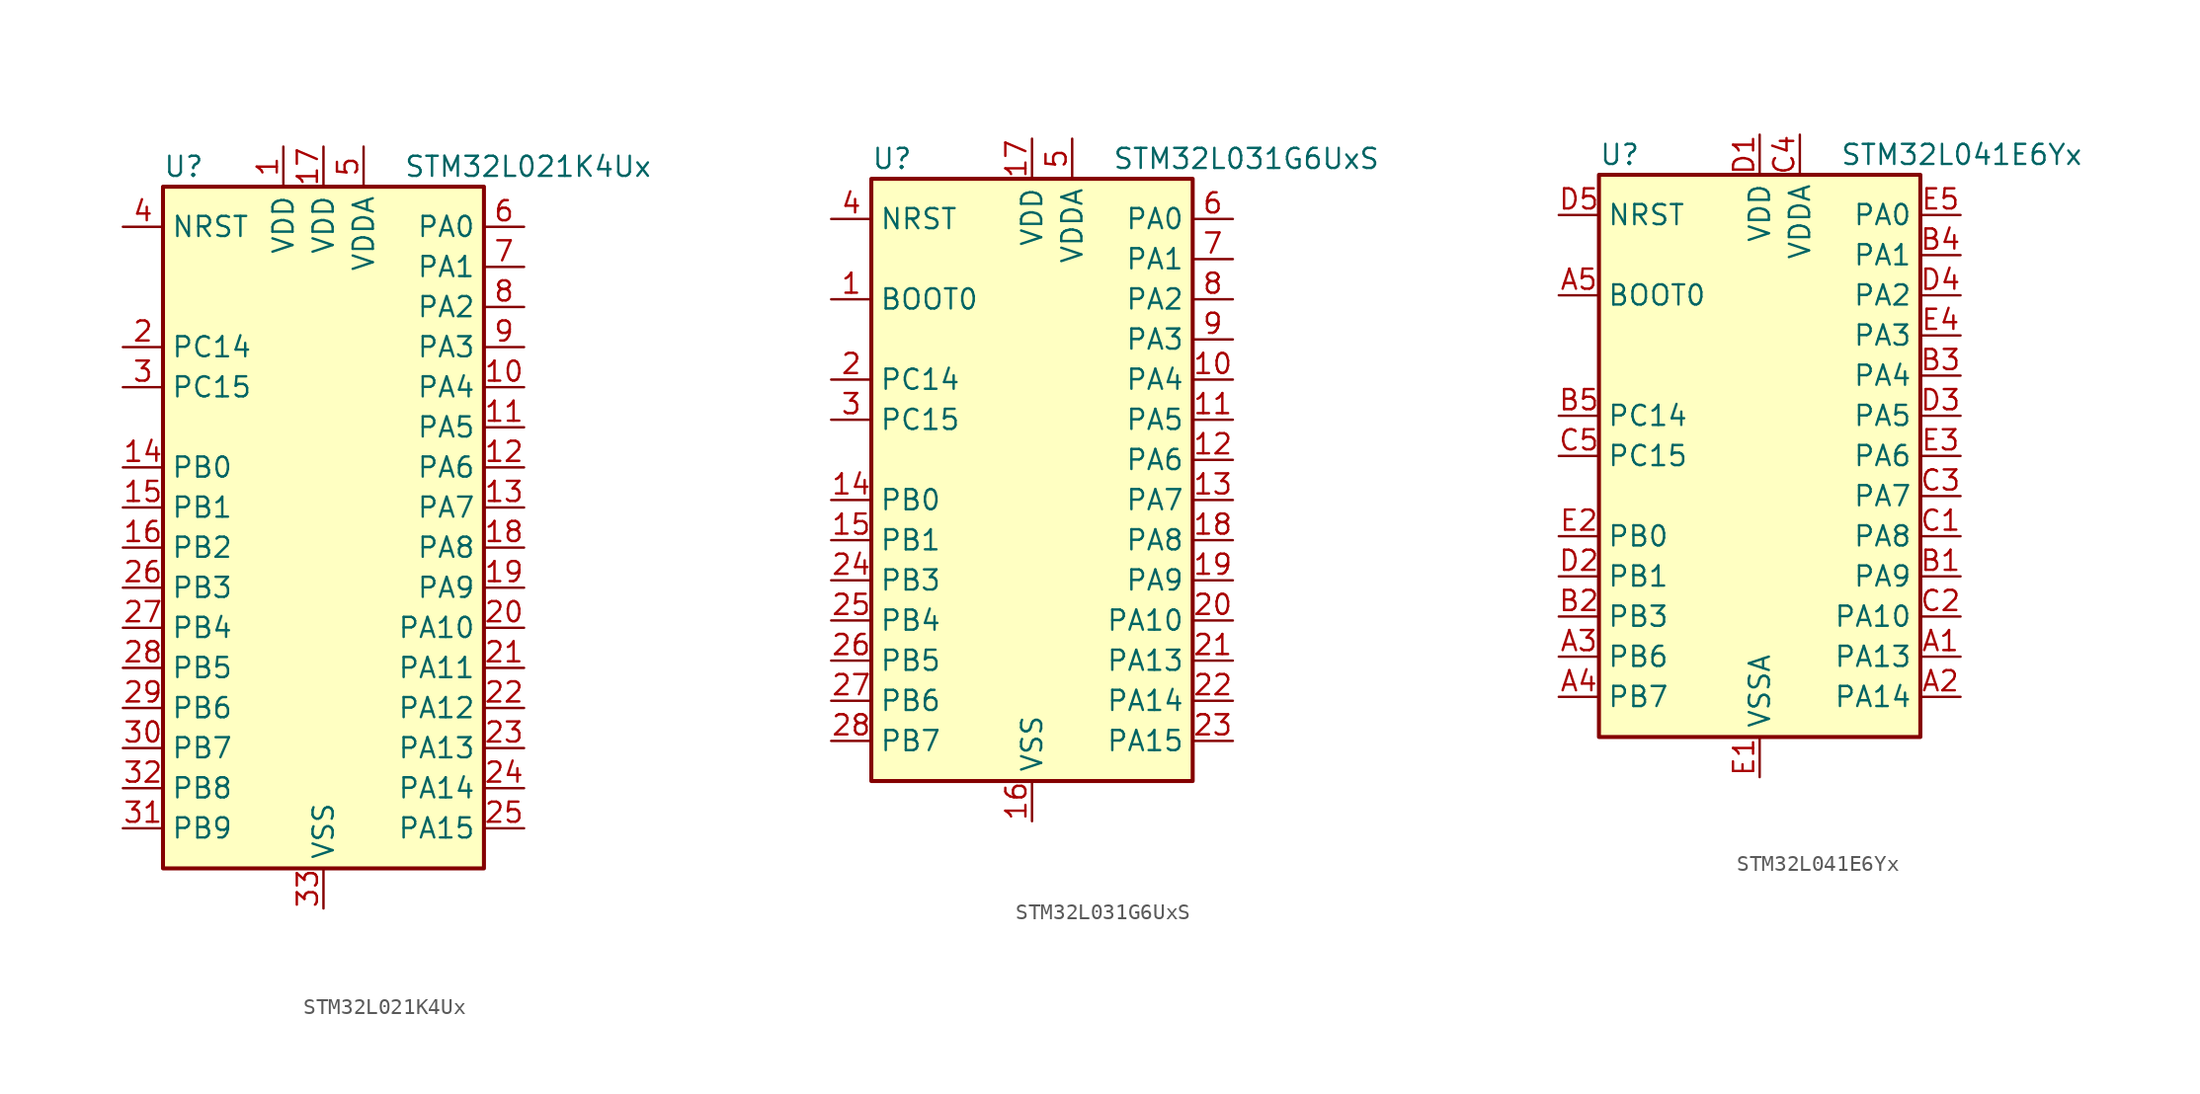
<source format=kicad_sym>
(kicad_symbol_lib
  (version 20211014)
  (generator kicad_symbol_editor)
  (symbol "STM32L021K4Ux"
    (property "Reference" "U"
      (at -10.16 21.59 0)
      (effects (font (size 1.27 1.27)) (justify left)))
    (property "Value" "STM32L021K4Ux"
      (at 5.08 21.59 0)
      (effects (font (size 1.27 1.27)) (justify left)))
    (symbol "STM32L021K4Ux_0_1"
      (rectangle (start -10.16 -22.86) (end 10.16 20.32) (stroke (width 0.254) (type default) (color 0 0 0 0)) (fill (type background))))
    (symbol "STM32L021K4Ux_1_1"
      (pin power_in line (at -2.54 22.86 270) (length 2.54) (name "VDD" (effects (font (size 1.27 1.27)))) (number "1" (effects (font (size 1.27 1.27)))))
      (pin bidirectional line (at 12.7 7.62 180) (length 2.54) (name "PA4" (effects (font (size 1.27 1.27)))) (number "10" (effects (font (size 1.27 1.27)))))
      (pin bidirectional line (at 12.7 5.08 180) (length 2.54) (name "PA5" (effects (font (size 1.27 1.27)))) (number "11" (effects (font (size 1.27 1.27)))))
      (pin bidirectional line (at 12.7 2.54 180) (length 2.54) (name "PA6" (effects (font (size 1.27 1.27)))) (number "12" (effects (font (size 1.27 1.27)))))
      (pin bidirectional line (at 12.7 0 180) (length 2.54) (name "PA7" (effects (font (size 1.27 1.27)))) (number "13" (effects (font (size 1.27 1.27)))))
      (pin bidirectional line (at -12.7 2.54 0) (length 2.54) (name "PB0" (effects (font (size 1.27 1.27)))) (number "14" (effects (font (size 1.27 1.27)))))
      (pin bidirectional line (at -12.7 0 0) (length 2.54) (name "PB1" (effects (font (size 1.27 1.27)))) (number "15" (effects (font (size 1.27 1.27)))))
      (pin bidirectional line (at -12.7 -2.54 0) (length 2.54) (name "PB2" (effects (font (size 1.27 1.27)))) (number "16" (effects (font (size 1.27 1.27)))))
      (pin power_in line (at 0 22.86 270) (length 2.54) (name "VDD" (effects (font (size 1.27 1.27)))) (number "17" (effects (font (size 1.27 1.27)))))
      (pin bidirectional line (at 12.7 -2.54 180) (length 2.54) (name "PA8" (effects (font (size 1.27 1.27)))) (number "18" (effects (font (size 1.27 1.27)))))
      (pin bidirectional line (at 12.7 -5.08 180) (length 2.54) (name "PA9" (effects (font (size 1.27 1.27)))) (number "19" (effects (font (size 1.27 1.27)))))
      (pin bidirectional line (at -12.7 10.16 0) (length 2.54) (name "PC14" (effects (font (size 1.27 1.27)))) (number "2" (effects (font (size 1.27 1.27)))))
      (pin bidirectional line (at 12.7 -7.62 180) (length 2.54) (name "PA10" (effects (font (size 1.27 1.27)))) (number "20" (effects (font (size 1.27 1.27)))))
      (pin bidirectional line (at 12.7 -10.16 180) (length 2.54) (name "PA11" (effects (font (size 1.27 1.27)))) (number "21" (effects (font (size 1.27 1.27)))))
      (pin bidirectional line (at 12.7 -12.7 180) (length 2.54) (name "PA12" (effects (font (size 1.27 1.27)))) (number "22" (effects (font (size 1.27 1.27)))))
      (pin bidirectional line (at 12.7 -15.24 180) (length 2.54) (name "PA13" (effects (font (size 1.27 1.27)))) (number "23" (effects (font (size 1.27 1.27)))))
      (pin bidirectional line (at 12.7 -17.78 180) (length 2.54) (name "PA14" (effects (font (size 1.27 1.27)))) (number "24" (effects (font (size 1.27 1.27)))))
      (pin bidirectional line (at 12.7 -20.32 180) (length 2.54) (name "PA15" (effects (font (size 1.27 1.27)))) (number "25" (effects (font (size 1.27 1.27)))))
      (pin bidirectional line (at -12.7 -5.08 0) (length 2.54) (name "PB3" (effects (font (size 1.27 1.27)))) (number "26" (effects (font (size 1.27 1.27)))))
      (pin bidirectional line (at -12.7 -7.62 0) (length 2.54) (name "PB4" (effects (font (size 1.27 1.27)))) (number "27" (effects (font (size 1.27 1.27)))))
      (pin bidirectional line (at -12.7 -10.16 0) (length 2.54) (name "PB5" (effects (font (size 1.27 1.27)))) (number "28" (effects (font (size 1.27 1.27)))))
      (pin bidirectional line (at -12.7 -12.7 0) (length 2.54) (name "PB6" (effects (font (size 1.27 1.27)))) (number "29" (effects (font (size 1.27 1.27)))))
      (pin bidirectional line (at -12.7 7.62 0) (length 2.54) (name "PC15" (effects (font (size 1.27 1.27)))) (number "3" (effects (font (size 1.27 1.27)))))
      (pin bidirectional line (at -12.7 -15.24 0) (length 2.54) (name "PB7" (effects (font (size 1.27 1.27)))) (number "30" (effects (font (size 1.27 1.27)))))
      (pin bidirectional line (at -12.7 -20.32 0) (length 2.54) (name "PB9" (effects (font (size 1.27 1.27)))) (number "31" (effects (font (size 1.27 1.27)))))
      (pin bidirectional line (at -12.7 -17.78 0) (length 2.54) (name "PB8" (effects (font (size 1.27 1.27)))) (number "32" (effects (font (size 1.27 1.27)))))
      (pin power_in line (at 0 -25.4 90) (length 2.54) (name "VSS" (effects (font (size 1.27 1.27)))) (number "33" (effects (font (size 1.27 1.27)))))
      (pin input line (at -12.7 17.78 0) (length 2.54) (name "NRST" (effects (font (size 1.27 1.27)))) (number "4" (effects (font (size 1.27 1.27)))))
      (pin power_in line (at 2.54 22.86 270) (length 2.54) (name "VDDA" (effects (font (size 1.27 1.27)))) (number "5" (effects (font (size 1.27 1.27)))))
      (pin bidirectional line (at 12.7 17.78 180) (length 2.54) (name "PA0" (effects (font (size 1.27 1.27)))) (number "6" (effects (font (size 1.27 1.27)))))
      (pin bidirectional line (at 12.7 15.24 180) (length 2.54) (name "PA1" (effects (font (size 1.27 1.27)))) (number "7" (effects (font (size 1.27 1.27)))))
      (pin bidirectional line (at 12.7 12.7 180) (length 2.54) (name "PA2" (effects (font (size 1.27 1.27)))) (number "8" (effects (font (size 1.27 1.27)))))
      (pin bidirectional line (at 12.7 10.16 180) (length 2.54) (name "PA3" (effects (font (size 1.27 1.27)))) (number "9" (effects (font (size 1.27 1.27)))))))
  (symbol "STM32L031G6UxS"
    (property "Reference" "U"
      (at -10.16 19.05 0)
      (effects (font (size 1.27 1.27)) (justify left)))
    (property "Value" "STM32L031G6UxS"
      (at 5.08 19.05 0)
      (effects (font (size 1.27 1.27)) (justify left)))
    (symbol "STM32L031G6UxS_0_1"
      (rectangle (start -10.16 -20.32) (end 10.16 17.78) (stroke (width 0.254) (type default) (color 0 0 0 0)) (fill (type background))))
    (symbol "STM32L031G6UxS_1_1"
      (pin input line (at -12.7 10.16 0) (length 2.54) (name "BOOT0" (effects (font (size 1.27 1.27)))) (number "1" (effects (font (size 1.27 1.27)))))
      (pin bidirectional line (at 12.7 5.08 180) (length 2.54) (name "PA4" (effects (font (size 1.27 1.27)))) (number "10" (effects (font (size 1.27 1.27)))))
      (pin bidirectional line (at 12.7 2.54 180) (length 2.54) (name "PA5" (effects (font (size 1.27 1.27)))) (number "11" (effects (font (size 1.27 1.27)))))
      (pin bidirectional line (at 12.7 0 180) (length 2.54) (name "PA6" (effects (font (size 1.27 1.27)))) (number "12" (effects (font (size 1.27 1.27)))))
      (pin bidirectional line (at 12.7 -2.54 180) (length 2.54) (name "PA7" (effects (font (size 1.27 1.27)))) (number "13" (effects (font (size 1.27 1.27)))))
      (pin bidirectional line (at -12.7 -2.54 0) (length 2.54) (name "PB0" (effects (font (size 1.27 1.27)))) (number "14" (effects (font (size 1.27 1.27)))))
      (pin bidirectional line (at -12.7 -5.08 0) (length 2.54) (name "PB1" (effects (font (size 1.27 1.27)))) (number "15" (effects (font (size 1.27 1.27)))))
      (pin power_in line (at 0 -22.86 90) (length 2.54) (name "VSS" (effects (font (size 1.27 1.27)))) (number "16" (effects (font (size 1.27 1.27)))))
      (pin power_in line (at 0 20.32 270) (length 2.54) (name "VDD" (effects (font (size 1.27 1.27)))) (number "17" (effects (font (size 1.27 1.27)))))
      (pin bidirectional line (at 12.7 -5.08 180) (length 2.54) (name "PA8" (effects (font (size 1.27 1.27)))) (number "18" (effects (font (size 1.27 1.27)))))
      (pin bidirectional line (at 12.7 -7.62 180) (length 2.54) (name "PA9" (effects (font (size 1.27 1.27)))) (number "19" (effects (font (size 1.27 1.27)))))
      (pin bidirectional line (at -12.7 5.08 0) (length 2.54) (name "PC14" (effects (font (size 1.27 1.27)))) (number "2" (effects (font (size 1.27 1.27)))))
      (pin bidirectional line (at 12.7 -10.16 180) (length 2.54) (name "PA10" (effects (font (size 1.27 1.27)))) (number "20" (effects (font (size 1.27 1.27)))))
      (pin bidirectional line (at 12.7 -12.7 180) (length 2.54) (name "PA13" (effects (font (size 1.27 1.27)))) (number "21" (effects (font (size 1.27 1.27)))))
      (pin bidirectional line (at 12.7 -15.24 180) (length 2.54) (name "PA14" (effects (font (size 1.27 1.27)))) (number "22" (effects (font (size 1.27 1.27)))))
      (pin bidirectional line (at 12.7 -17.78 180) (length 2.54) (name "PA15" (effects (font (size 1.27 1.27)))) (number "23" (effects (font (size 1.27 1.27)))))
      (pin bidirectional line (at -12.7 -7.62 0) (length 2.54) (name "PB3" (effects (font (size 1.27 1.27)))) (number "24" (effects (font (size 1.27 1.27)))))
      (pin bidirectional line (at -12.7 -10.16 0) (length 2.54) (name "PB4" (effects (font (size 1.27 1.27)))) (number "25" (effects (font (size 1.27 1.27)))))
      (pin bidirectional line (at -12.7 -12.7 0) (length 2.54) (name "PB5" (effects (font (size 1.27 1.27)))) (number "26" (effects (font (size 1.27 1.27)))))
      (pin bidirectional line (at -12.7 -15.24 0) (length 2.54) (name "PB6" (effects (font (size 1.27 1.27)))) (number "27" (effects (font (size 1.27 1.27)))))
      (pin bidirectional line (at -12.7 -17.78 0) (length 2.54) (name "PB7" (effects (font (size 1.27 1.27)))) (number "28" (effects (font (size 1.27 1.27)))))
      (pin bidirectional line (at -12.7 2.54 0) (length 2.54) (name "PC15" (effects (font (size 1.27 1.27)))) (number "3" (effects (font (size 1.27 1.27)))))
      (pin input line (at -12.7 15.24 0) (length 2.54) (name "NRST" (effects (font (size 1.27 1.27)))) (number "4" (effects (font (size 1.27 1.27)))))
      (pin power_in line (at 2.54 20.32 270) (length 2.54) (name "VDDA" (effects (font (size 1.27 1.27)))) (number "5" (effects (font (size 1.27 1.27)))))
      (pin bidirectional line (at 12.7 15.24 180) (length 2.54) (name "PA0" (effects (font (size 1.27 1.27)))) (number "6" (effects (font (size 1.27 1.27)))))
      (pin bidirectional line (at 12.7 12.7 180) (length 2.54) (name "PA1" (effects (font (size 1.27 1.27)))) (number "7" (effects (font (size 1.27 1.27)))))
      (pin bidirectional line (at 12.7 10.16 180) (length 2.54) (name "PA2" (effects (font (size 1.27 1.27)))) (number "8" (effects (font (size 1.27 1.27)))))
      (pin bidirectional line (at 12.7 7.62 180) (length 2.54) (name "PA3" (effects (font (size 1.27 1.27)))) (number "9" (effects (font (size 1.27 1.27)))))))
  (symbol "STM32L041E6Yx"
    (property "Reference" "U"
      (at -10.16 19.05 0)
      (effects (font (size 1.27 1.27)) (justify left)))
    (property "Value" "STM32L041E6Yx"
      (at 5.08 19.05 0)
      (effects (font (size 1.27 1.27)) (justify left)))
    (symbol "STM32L041E6Yx_0_1"
      (rectangle (start -10.16 -17.78) (end 10.16 17.78) (stroke (width 0.254) (type default) (color 0 0 0 0)) (fill (type background))))
    (symbol "STM32L041E6Yx_1_1"
      (pin bidirectional line (at 12.7 -12.7 180) (length 2.54) (name "PA13" (effects (font (size 1.27 1.27)))) (number "A1" (effects (font (size 1.27 1.27)))))
      (pin bidirectional line (at 12.7 -15.24 180) (length 2.54) (name "PA14" (effects (font (size 1.27 1.27)))) (number "A2" (effects (font (size 1.27 1.27)))))
      (pin bidirectional line (at -12.7 -12.7 0) (length 2.54) (name "PB6" (effects (font (size 1.27 1.27)))) (number "A3" (effects (font (size 1.27 1.27)))))
      (pin bidirectional line (at -12.7 -15.24 0) (length 2.54) (name "PB7" (effects (font (size 1.27 1.27)))) (number "A4" (effects (font (size 1.27 1.27)))))
      (pin input line (at -12.7 10.16 0) (length 2.54) (name "BOOT0" (effects (font (size 1.27 1.27)))) (number "A5" (effects (font (size 1.27 1.27)))))
      (pin bidirectional line (at 12.7 -7.62 180) (length 2.54) (name "PA9" (effects (font (size 1.27 1.27)))) (number "B1" (effects (font (size 1.27 1.27)))))
      (pin bidirectional line (at -12.7 -10.16 0) (length 2.54) (name "PB3" (effects (font (size 1.27 1.27)))) (number "B2" (effects (font (size 1.27 1.27)))))
      (pin bidirectional line (at 12.7 5.08 180) (length 2.54) (name "PA4" (effects (font (size 1.27 1.27)))) (number "B3" (effects (font (size 1.27 1.27)))))
      (pin bidirectional line (at 12.7 12.7 180) (length 2.54) (name "PA1" (effects (font (size 1.27 1.27)))) (number "B4" (effects (font (size 1.27 1.27)))))
      (pin bidirectional line (at -12.7 2.54 0) (length 2.54) (name "PC14" (effects (font (size 1.27 1.27)))) (number "B5" (effects (font (size 1.27 1.27)))))
      (pin bidirectional line (at 12.7 -5.08 180) (length 2.54) (name "PA8" (effects (font (size 1.27 1.27)))) (number "C1" (effects (font (size 1.27 1.27)))))
      (pin bidirectional line (at 12.7 -10.16 180) (length 2.54) (name "PA10" (effects (font (size 1.27 1.27)))) (number "C2" (effects (font (size 1.27 1.27)))))
      (pin bidirectional line (at 12.7 -2.54 180) (length 2.54) (name "PA7" (effects (font (size 1.27 1.27)))) (number "C3" (effects (font (size 1.27 1.27)))))
      (pin power_in line (at 2.54 20.32 270) (length 2.54) (name "VDDA" (effects (font (size 1.27 1.27)))) (number "C4" (effects (font (size 1.27 1.27)))))
      (pin bidirectional line (at -12.7 0 0) (length 2.54) (name "PC15" (effects (font (size 1.27 1.27)))) (number "C5" (effects (font (size 1.27 1.27)))))
      (pin power_in line (at 0 20.32 270) (length 2.54) (name "VDD" (effects (font (size 1.27 1.27)))) (number "D1" (effects (font (size 1.27 1.27)))))
      (pin bidirectional line (at -12.7 -7.62 0) (length 2.54) (name "PB1" (effects (font (size 1.27 1.27)))) (number "D2" (effects (font (size 1.27 1.27)))))
      (pin bidirectional line (at 12.7 2.54 180) (length 2.54) (name "PA5" (effects (font (size 1.27 1.27)))) (number "D3" (effects (font (size 1.27 1.27)))))
      (pin bidirectional line (at 12.7 10.16 180) (length 2.54) (name "PA2" (effects (font (size 1.27 1.27)))) (number "D4" (effects (font (size 1.27 1.27)))))
      (pin input line (at -12.7 15.24 0) (length 2.54) (name "NRST" (effects (font (size 1.27 1.27)))) (number "D5" (effects (font (size 1.27 1.27)))))
      (pin power_in line (at 0 -20.32 90) (length 2.54) (name "VSSA" (effects (font (size 1.27 1.27)))) (number "E1" (effects (font (size 1.27 1.27)))))
      (pin bidirectional line (at -12.7 -5.08 0) (length 2.54) (name "PB0" (effects (font (size 1.27 1.27)))) (number "E2" (effects (font (size 1.27 1.27)))))
      (pin bidirectional line (at 12.7 0 180) (length 2.54) (name "PA6" (effects (font (size 1.27 1.27)))) (number "E3" (effects (font (size 1.27 1.27)))))
      (pin bidirectional line (at 12.7 7.62 180) (length 2.54) (name "PA3" (effects (font (size 1.27 1.27)))) (number "E4" (effects (font (size 1.27 1.27)))))
      (pin bidirectional line (at 12.7 15.24 180) (length 2.54) (name "PA0" (effects (font (size 1.27 1.27)))) (number "E5" (effects (font (size 1.27 1.27))))))))
</source>
